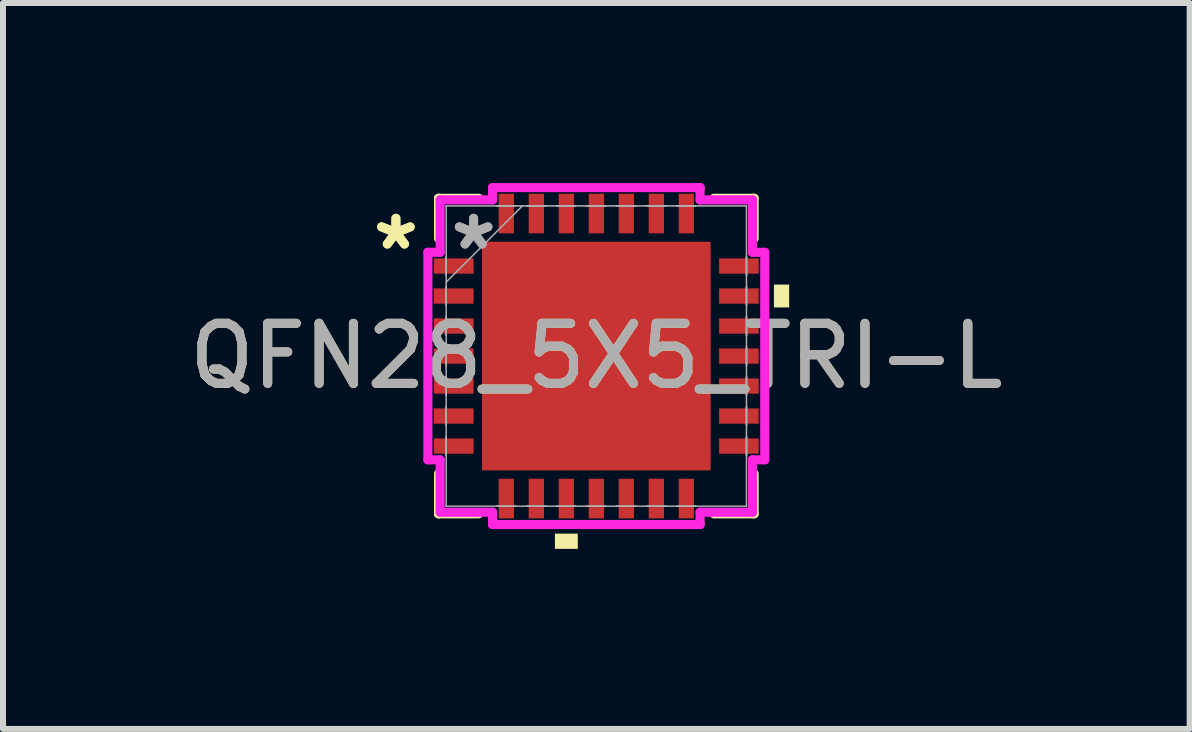
<source format=kicad_pcb>
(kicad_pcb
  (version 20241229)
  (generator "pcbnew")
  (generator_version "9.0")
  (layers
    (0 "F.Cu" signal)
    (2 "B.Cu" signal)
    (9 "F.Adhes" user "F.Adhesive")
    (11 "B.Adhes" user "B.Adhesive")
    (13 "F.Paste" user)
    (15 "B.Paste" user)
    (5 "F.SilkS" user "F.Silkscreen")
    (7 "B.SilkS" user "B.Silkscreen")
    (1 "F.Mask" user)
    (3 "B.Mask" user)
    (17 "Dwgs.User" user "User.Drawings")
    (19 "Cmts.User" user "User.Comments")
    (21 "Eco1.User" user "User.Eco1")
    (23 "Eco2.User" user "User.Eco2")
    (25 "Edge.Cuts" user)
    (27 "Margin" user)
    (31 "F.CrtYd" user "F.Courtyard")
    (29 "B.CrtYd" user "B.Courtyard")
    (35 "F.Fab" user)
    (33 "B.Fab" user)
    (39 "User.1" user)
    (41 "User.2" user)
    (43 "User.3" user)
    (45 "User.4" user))
  (footprint "QFN28_5X5_TRI-L"
    (layer "F.Cu")
    (at 6.887 2.883)
    (property "Reference" "QFN28_5X5_TRI-L" (at 0 0 0) (unlocked yes) (layer "F.SilkS") (effects (font (size 1 1) (thickness 0.15))))
    (attr smd)
    (fp_line (start -2.629 -2.629) (end -2.629 -1.96) (stroke (width 0.152) (type solid)) (layer "F.SilkS"))
    (fp_line (start -2.629 1.96) (end -2.629 2.629) (stroke (width 0.152) (type solid)) (layer "F.SilkS"))
    (fp_line (start -2.629 2.629) (end -1.96 2.629) (stroke (width 0.152) (type solid)) (layer "F.SilkS"))
    (fp_line (start -1.96 -2.629) (end -2.629 -2.629) (stroke (width 0.152) (type solid)) (layer "F.SilkS"))
    (fp_line (start 1.96 2.629) (end 2.629 2.629) (stroke (width 0.152) (type solid)) (layer "F.SilkS"))
    (fp_line (start 2.629 -2.629) (end 1.96 -2.629) (stroke (width 0.152) (type solid)) (layer "F.SilkS"))
    (fp_line (start 2.629 -1.96) (end 2.629 -2.629) (stroke (width 0.152) (type solid)) (layer "F.SilkS"))
    (fp_line (start 2.629 2.629) (end 2.629 1.96) (stroke (width 0.152) (type solid)) (layer "F.SilkS"))
    (fp_poly (pts (xy -0.69 2.959) (xy -0.69 3.213) (xy -0.309 3.213) (xy -0.309 2.959)) (stroke (width 0) (type solid)) (fill yes) (layer "F.SilkS"))
    (fp_poly (pts (xy 3.213 -1.191) (xy 3.213 -0.81) (xy 2.959 -0.81) (xy 2.959 -1.191)) (stroke (width 0) (type solid)) (fill yes) (layer "F.SilkS"))
    (fp_poly (pts (xy -1.805 -1.805) (xy -1.805 -0.735) (xy -0.735 -0.735) (xy -0.735 -1.805)) (stroke (width 0) (type solid)) (fill yes) (layer "F.Paste"))
    (fp_poly (pts (xy -1.805 -0.535) (xy -1.805 0.535) (xy -0.735 0.535) (xy -0.735 -0.535)) (stroke (width 0) (type solid)) (fill yes) (layer "F.Paste"))
    (fp_poly (pts (xy -1.805 0.735) (xy -1.805 1.805) (xy -0.735 1.805) (xy -0.735 0.735)) (stroke (width 0) (type solid)) (fill yes) (layer "F.Paste"))
    (fp_poly (pts (xy -0.535 -1.805) (xy -0.535 -0.735) (xy 0.535 -0.735) (xy 0.535 -1.805)) (stroke (width 0) (type solid)) (fill yes) (layer "F.Paste"))
    (fp_poly (pts (xy -0.535 -0.535) (xy -0.535 0.535) (xy 0.535 0.535) (xy 0.535 -0.535)) (stroke (width 0) (type solid)) (fill yes) (layer "F.Paste"))
    (fp_poly (pts (xy -0.535 0.735) (xy -0.535 1.805) (xy 0.535 1.805) (xy 0.535 0.735)) (stroke (width 0) (type solid)) (fill yes) (layer "F.Paste"))
    (fp_poly (pts (xy 0.735 -1.805) (xy 0.735 -0.735) (xy 1.805 -0.735) (xy 1.805 -1.805)) (stroke (width 0) (type solid)) (fill yes) (layer "F.Paste"))
    (fp_poly (pts (xy 0.735 -0.535) (xy 0.735 0.535) (xy 1.805 0.535) (xy 1.805 -0.535)) (stroke (width 0) (type solid)) (fill yes) (layer "F.Paste"))
    (fp_poly (pts (xy 0.735 0.735) (xy 0.735 1.805) (xy 1.805 1.805) (xy 1.805 0.735)) (stroke (width 0) (type solid)) (fill yes) (layer "F.Paste"))
    (fp_line (start -2.807 -1.729) (end -2.603 -1.729) (stroke (width 0.152) (type solid)) (layer "F.CrtYd"))
    (fp_line (start -2.807 1.729) (end -2.807 -1.729) (stroke (width 0.152) (type solid)) (layer "F.CrtYd"))
    (fp_line (start -2.603 -2.603) (end -1.729 -2.603) (stroke (width 0.152) (type solid)) (layer "F.CrtYd"))
    (fp_line (start -2.603 -1.729) (end -2.603 -2.603) (stroke (width 0.152) (type solid)) (layer "F.CrtYd"))
    (fp_line (start -2.603 1.729) (end -2.807 1.729) (stroke (width 0.152) (type solid)) (layer "F.CrtYd"))
    (fp_line (start -2.603 2.603) (end -2.603 1.729) (stroke (width 0.152) (type solid)) (layer "F.CrtYd"))
    (fp_line (start -1.729 -2.807) (end 1.729 -2.807) (stroke (width 0.152) (type solid)) (layer "F.CrtYd"))
    (fp_line (start -1.729 -2.603) (end -1.729 -2.807) (stroke (width 0.152) (type solid)) (layer "F.CrtYd"))
    (fp_line (start -1.729 2.603) (end -2.603 2.603) (stroke (width 0.152) (type solid)) (layer "F.CrtYd"))
    (fp_line (start -1.729 2.807) (end -1.729 2.603) (stroke (width 0.152) (type solid)) (layer "F.CrtYd"))
    (fp_line (start 1.729 -2.807) (end 1.729 -2.603) (stroke (width 0.152) (type solid)) (layer "F.CrtYd"))
    (fp_line (start 1.729 -2.603) (end 2.603 -2.603) (stroke (width 0.152) (type solid)) (layer "F.CrtYd"))
    (fp_line (start 1.729 2.603) (end 1.729 2.807) (stroke (width 0.152) (type solid)) (layer "F.CrtYd"))
    (fp_line (start 1.729 2.807) (end -1.729 2.807) (stroke (width 0.152) (type solid)) (layer "F.CrtYd"))
    (fp_line (start 2.603 -2.603) (end 2.603 -1.729) (stroke (width 0.152) (type solid)) (layer "F.CrtYd"))
    (fp_line (start 2.603 -1.729) (end 2.807 -1.729) (stroke (width 0.152) (type solid)) (layer "F.CrtYd"))
    (fp_line (start 2.603 1.729) (end 2.603 2.603) (stroke (width 0.152) (type solid)) (layer "F.CrtYd"))
    (fp_line (start 2.603 2.603) (end 1.729 2.603) (stroke (width 0.152) (type solid)) (layer "F.CrtYd"))
    (fp_line (start 2.807 -1.729) (end 2.807 1.729) (stroke (width 0.152) (type solid)) (layer "F.CrtYd"))
    (fp_line (start 2.807 1.729) (end 2.603 1.729) (stroke (width 0.152) (type solid)) (layer "F.CrtYd"))
    (fp_line (start -2.502 -2.502) (end -2.502 -2.502) (stroke (width 0.025) (type solid)) (layer "F.Fab"))
    (fp_line (start -2.502 -2.502) (end -2.502 2.502) (stroke (width 0.025) (type solid)) (layer "F.Fab"))
    (fp_line (start -2.502 -1.652) (end -2.502 -1.652) (stroke (width 0.025) (type solid)) (layer "F.Fab"))
    (fp_line (start -2.502 -1.652) (end -2.502 -1.348) (stroke (width 0.025) (type solid)) (layer "F.Fab"))
    (fp_line (start -2.502 -1.348) (end -2.502 -1.652) (stroke (width 0.025) (type solid)) (layer "F.Fab"))
    (fp_line (start -2.502 -1.348) (end -2.502 -1.348) (stroke (width 0.025) (type solid)) (layer "F.Fab"))
    (fp_line (start -2.502 -1.232) (end -1.232 -2.502) (stroke (width 0.025) (type solid)) (layer "F.Fab"))
    (fp_line (start -2.502 -1.152) (end -2.502 -1.152) (stroke (width 0.025) (type solid)) (layer "F.Fab"))
    (fp_line (start -2.502 -1.152) (end -2.502 -0.848) (stroke (width 0.025) (type solid)) (layer "F.Fab"))
    (fp_line (start -2.502 -0.848) (end -2.502 -1.152) (stroke (width 0.025) (type solid)) (layer "F.Fab"))
    (fp_line (start -2.502 -0.848) (end -2.502 -0.848) (stroke (width 0.025) (type solid)) (layer "F.Fab"))
    (fp_line (start -2.502 -0.652) (end -2.502 -0.652) (stroke (width 0.025) (type solid)) (layer "F.Fab"))
    (fp_line (start -2.502 -0.652) (end -2.502 -0.348) (stroke (width 0.025) (type solid)) (layer "F.Fab"))
    (fp_line (start -2.502 -0.348) (end -2.502 -0.652) (stroke (width 0.025) (type solid)) (layer "F.Fab"))
    (fp_line (start -2.502 -0.348) (end -2.502 -0.348) (stroke (width 0.025) (type solid)) (layer "F.Fab"))
    (fp_line (start -2.502 -0.152) (end -2.502 -0.152) (stroke (width 0.025) (type solid)) (layer "F.Fab"))
    (fp_line (start -2.502 -0.152) (end -2.502 0.152) (stroke (width 0.025) (type solid)) (layer "F.Fab"))
    (fp_line (start -2.502 0.152) (end -2.502 -0.152) (stroke (width 0.025) (type solid)) (layer "F.Fab"))
    (fp_line (start -2.502 0.152) (end -2.502 0.152) (stroke (width 0.025) (type solid)) (layer "F.Fab"))
    (fp_line (start -2.502 0.348) (end -2.502 0.348) (stroke (width 0.025) (type solid)) (layer "F.Fab"))
    (fp_line (start -2.502 0.348) (end -2.502 0.652) (stroke (width 0.025) (type solid)) (layer "F.Fab"))
    (fp_line (start -2.502 0.652) (end -2.502 0.348) (stroke (width 0.025) (type solid)) (layer "F.Fab"))
    (fp_line (start -2.502 0.652) (end -2.502 0.652) (stroke (width 0.025) (type solid)) (layer "F.Fab"))
    (fp_line (start -2.502 0.848) (end -2.502 0.848) (stroke (width 0.025) (type solid)) (layer "F.Fab"))
    (fp_line (start -2.502 0.848) (end -2.502 1.152) (stroke (width 0.025) (type solid)) (layer "F.Fab"))
    (fp_line (start -2.502 1.152) (end -2.502 0.848) (stroke (width 0.025) (type solid)) (layer "F.Fab"))
    (fp_line (start -2.502 1.152) (end -2.502 1.152) (stroke (width 0.025) (type solid)) (layer "F.Fab"))
    (fp_line (start -2.502 1.348) (end -2.502 1.348) (stroke (width 0.025) (type solid)) (layer "F.Fab"))
    (fp_line (start -2.502 1.348) (end -2.502 1.652) (stroke (width 0.025) (type solid)) (layer "F.Fab"))
    (fp_line (start -2.502 1.652) (end -2.502 1.348) (stroke (width 0.025) (type solid)) (layer "F.Fab"))
    (fp_line (start -2.502 1.652) (end -2.502 1.652) (stroke (width 0.025) (type solid)) (layer "F.Fab"))
    (fp_line (start -2.502 2.502) (end -2.502 2.502) (stroke (width 0.025) (type solid)) (layer "F.Fab"))
    (fp_line (start -2.502 2.502) (end 2.502 2.502) (stroke (width 0.025) (type solid)) (layer "F.Fab"))
    (fp_line (start -1.652 -2.502) (end -1.652 -2.502) (stroke (width 0.025) (type solid)) (layer "F.Fab"))
    (fp_line (start -1.652 -2.502) (end -1.348 -2.502) (stroke (width 0.025) (type solid)) (layer "F.Fab"))
    (fp_line (start -1.652 2.502) (end -1.652 2.502) (stroke (width 0.025) (type solid)) (layer "F.Fab"))
    (fp_line (start -1.652 2.502) (end -1.348 2.502) (stroke (width 0.025) (type solid)) (layer "F.Fab"))
    (fp_line (start -1.348 -2.502) (end -1.652 -2.502) (stroke (width 0.025) (type solid)) (layer "F.Fab"))
    (fp_line (start -1.348 -2.502) (end -1.348 -2.502) (stroke (width 0.025) (type solid)) (layer "F.Fab"))
    (fp_line (start -1.348 2.502) (end -1.652 2.502) (stroke (width 0.025) (type solid)) (layer "F.Fab"))
    (fp_line (start -1.348 2.502) (end -1.348 2.502) (stroke (width 0.025) (type solid)) (layer "F.Fab"))
    (fp_line (start -1.152 -2.502) (end -1.152 -2.502) (stroke (width 0.025) (type solid)) (layer "F.Fab"))
    (fp_line (start -1.152 -2.502) (end -0.848 -2.502) (stroke (width 0.025) (type solid)) (layer "F.Fab"))
    (fp_line (start -1.152 2.502) (end -1.152 2.502) (stroke (width 0.025) (type solid)) (layer "F.Fab"))
    (fp_line (start -1.152 2.502) (end -0.848 2.502) (stroke (width 0.025) (type solid)) (layer "F.Fab"))
    (fp_line (start -0.848 -2.502) (end -1.152 -2.502) (stroke (width 0.025) (type solid)) (layer "F.Fab"))
    (fp_line (start -0.848 -2.502) (end -0.848 -2.502) (stroke (width 0.025) (type solid)) (layer "F.Fab"))
    (fp_line (start -0.848 2.502) (end -1.152 2.502) (stroke (width 0.025) (type solid)) (layer "F.Fab"))
    (fp_line (start -0.848 2.502) (end -0.848 2.502) (stroke (width 0.025) (type solid)) (layer "F.Fab"))
    (fp_line (start -0.652 -2.502) (end -0.652 -2.502) (stroke (width 0.025) (type solid)) (layer "F.Fab"))
    (fp_line (start -0.652 -2.502) (end -0.348 -2.502) (stroke (width 0.025) (type solid)) (layer "F.Fab"))
    (fp_line (start -0.652 2.502) (end -0.652 2.502) (stroke (width 0.025) (type solid)) (layer "F.Fab"))
    (fp_line (start -0.652 2.502) (end -0.348 2.502) (stroke (width 0.025) (type solid)) (layer "F.Fab"))
    (fp_line (start -0.348 -2.502) (end -0.652 -2.502) (stroke (width 0.025) (type solid)) (layer "F.Fab"))
    (fp_line (start -0.348 -2.502) (end -0.348 -2.502) (stroke (width 0.025) (type solid)) (layer "F.Fab"))
    (fp_line (start -0.348 2.502) (end -0.652 2.502) (stroke (width 0.025) (type solid)) (layer "F.Fab"))
    (fp_line (start -0.348 2.502) (end -0.348 2.502) (stroke (width 0.025) (type solid)) (layer "F.Fab"))
    (fp_line (start -0.152 -2.502) (end -0.152 -2.502) (stroke (width 0.025) (type solid)) (layer "F.Fab"))
    (fp_line (start -0.152 -2.502) (end 0.152 -2.502) (stroke (width 0.025) (type solid)) (layer "F.Fab"))
    (fp_line (start -0.152 2.502) (end -0.152 2.502) (stroke (width 0.025) (type solid)) (layer "F.Fab"))
    (fp_line (start -0.152 2.502) (end 0.152 2.502) (stroke (width 0.025) (type solid)) (layer "F.Fab"))
    (fp_line (start 0.152 -2.502) (end -0.152 -2.502) (stroke (width 0.025) (type solid)) (layer "F.Fab"))
    (fp_line (start 0.152 -2.502) (end 0.152 -2.502) (stroke (width 0.025) (type solid)) (layer "F.Fab"))
    (fp_line (start 0.152 2.502) (end -0.152 2.502) (stroke (width 0.025) (type solid)) (layer "F.Fab"))
    (fp_line (start 0.152 2.502) (end 0.152 2.502) (stroke (width 0.025) (type solid)) (layer "F.Fab"))
    (fp_line (start 0.348 -2.502) (end 0.348 -2.502) (stroke (width 0.025) (type solid)) (layer "F.Fab"))
    (fp_line (start 0.348 -2.502) (end 0.652 -2.502) (stroke (width 0.025) (type solid)) (layer "F.Fab"))
    (fp_line (start 0.348 2.502) (end 0.348 2.502) (stroke (width 0.025) (type solid)) (layer "F.Fab"))
    (fp_line (start 0.348 2.502) (end 0.652 2.502) (stroke (width 0.025) (type solid)) (layer "F.Fab"))
    (fp_line (start 0.652 -2.502) (end 0.348 -2.502) (stroke (width 0.025) (type solid)) (layer "F.Fab"))
    (fp_line (start 0.652 -2.502) (end 0.652 -2.502) (stroke (width 0.025) (type solid)) (layer "F.Fab"))
    (fp_line (start 0.652 2.502) (end 0.348 2.502) (stroke (width 0.025) (type solid)) (layer "F.Fab"))
    (fp_line (start 0.652 2.502) (end 0.652 2.502) (stroke (width 0.025) (type solid)) (layer "F.Fab"))
    (fp_line (start 0.848 -2.502) (end 0.848 -2.502) (stroke (width 0.025) (type solid)) (layer "F.Fab"))
    (fp_line (start 0.848 -2.502) (end 1.152 -2.502) (stroke (width 0.025) (type solid)) (layer "F.Fab"))
    (fp_line (start 0.848 2.502) (end 0.848 2.502) (stroke (width 0.025) (type solid)) (layer "F.Fab"))
    (fp_line (start 0.848 2.502) (end 1.152 2.502) (stroke (width 0.025) (type solid)) (layer "F.Fab"))
    (fp_line (start 1.152 -2.502) (end 0.848 -2.502) (stroke (width 0.025) (type solid)) (layer "F.Fab"))
    (fp_line (start 1.152 -2.502) (end 1.152 -2.502) (stroke (width 0.025) (type solid)) (layer "F.Fab"))
    (fp_line (start 1.152 2.502) (end 0.848 2.502) (stroke (width 0.025) (type solid)) (layer "F.Fab"))
    (fp_line (start 1.152 2.502) (end 1.152 2.502) (stroke (width 0.025) (type solid)) (layer "F.Fab"))
    (fp_line (start 1.348 -2.502) (end 1.348 -2.502) (stroke (width 0.025) (type solid)) (layer "F.Fab"))
    (fp_line (start 1.348 -2.502) (end 1.652 -2.502) (stroke (width 0.025) (type solid)) (layer "F.Fab"))
    (fp_line (start 1.348 2.502) (end 1.348 2.502) (stroke (width 0.025) (type solid)) (layer "F.Fab"))
    (fp_line (start 1.348 2.502) (end 1.652 2.502) (stroke (width 0.025) (type solid)) (layer "F.Fab"))
    (fp_line (start 1.652 -2.502) (end 1.348 -2.502) (stroke (width 0.025) (type solid)) (layer "F.Fab"))
    (fp_line (start 1.652 -2.502) (end 1.652 -2.502) (stroke (width 0.025) (type solid)) (layer "F.Fab"))
    (fp_line (start 1.652 2.502) (end 1.348 2.502) (stroke (width 0.025) (type solid)) (layer "F.Fab"))
    (fp_line (start 1.652 2.502) (end 1.652 2.502) (stroke (width 0.025) (type solid)) (layer "F.Fab"))
    (fp_line (start 2.502 -2.502) (end -2.502 -2.502) (stroke (width 0.025) (type solid)) (layer "F.Fab"))
    (fp_line (start 2.502 -2.502) (end 2.502 -2.502) (stroke (width 0.025) (type solid)) (layer "F.Fab"))
    (fp_line (start 2.502 -1.652) (end 2.502 -1.652) (stroke (width 0.025) (type solid)) (layer "F.Fab"))
    (fp_line (start 2.502 -1.652) (end 2.502 -1.348) (stroke (width 0.025) (type solid)) (layer "F.Fab"))
    (fp_line (start 2.502 -1.348) (end 2.502 -1.652) (stroke (width 0.025) (type solid)) (layer "F.Fab"))
    (fp_line (start 2.502 -1.348) (end 2.502 -1.348) (stroke (width 0.025) (type solid)) (layer "F.Fab"))
    (fp_line (start 2.502 -1.152) (end 2.502 -1.152) (stroke (width 0.025) (type solid)) (layer "F.Fab"))
    (fp_line (start 2.502 -1.152) (end 2.502 -0.848) (stroke (width 0.025) (type solid)) (layer "F.Fab"))
    (fp_line (start 2.502 -0.848) (end 2.502 -1.152) (stroke (width 0.025) (type solid)) (layer "F.Fab"))
    (fp_line (start 2.502 -0.848) (end 2.502 -0.848) (stroke (width 0.025) (type solid)) (layer "F.Fab"))
    (fp_line (start 2.502 -0.652) (end 2.502 -0.652) (stroke (width 0.025) (type solid)) (layer "F.Fab"))
    (fp_line (start 2.502 -0.652) (end 2.502 -0.348) (stroke (width 0.025) (type solid)) (layer "F.Fab"))
    (fp_line (start 2.502 -0.348) (end 2.502 -0.652) (stroke (width 0.025) (type solid)) (layer "F.Fab"))
    (fp_line (start 2.502 -0.348) (end 2.502 -0.348) (stroke (width 0.025) (type solid)) (layer "F.Fab"))
    (fp_line (start 2.502 -0.152) (end 2.502 -0.152) (stroke (width 0.025) (type solid)) (layer "F.Fab"))
    (fp_line (start 2.502 -0.152) (end 2.502 0.152) (stroke (width 0.025) (type solid)) (layer "F.Fab"))
    (fp_line (start 2.502 0.152) (end 2.502 -0.152) (stroke (width 0.025) (type solid)) (layer "F.Fab"))
    (fp_line (start 2.502 0.152) (end 2.502 0.152) (stroke (width 0.025) (type solid)) (layer "F.Fab"))
    (fp_line (start 2.502 0.348) (end 2.502 0.348) (stroke (width 0.025) (type solid)) (layer "F.Fab"))
    (fp_line (start 2.502 0.348) (end 2.502 0.652) (stroke (width 0.025) (type solid)) (layer "F.Fab"))
    (fp_line (start 2.502 0.652) (end 2.502 0.348) (stroke (width 0.025) (type solid)) (layer "F.Fab"))
    (fp_line (start 2.502 0.652) (end 2.502 0.652) (stroke (width 0.025) (type solid)) (layer "F.Fab"))
    (fp_line (start 2.502 0.848) (end 2.502 0.848) (stroke (width 0.025) (type solid)) (layer "F.Fab"))
    (fp_line (start 2.502 0.848) (end 2.502 1.152) (stroke (width 0.025) (type solid)) (layer "F.Fab"))
    (fp_line (start 2.502 1.152) (end 2.502 0.848) (stroke (width 0.025) (type solid)) (layer "F.Fab"))
    (fp_line (start 2.502 1.152) (end 2.502 1.152) (stroke (width 0.025) (type solid)) (layer "F.Fab"))
    (fp_line (start 2.502 1.348) (end 2.502 1.348) (stroke (width 0.025) (type solid)) (layer "F.Fab"))
    (fp_line (start 2.502 1.348) (end 2.502 1.652) (stroke (width 0.025) (type solid)) (layer "F.Fab"))
    (fp_line (start 2.502 1.652) (end 2.502 1.348) (stroke (width 0.025) (type solid)) (layer "F.Fab"))
    (fp_line (start 2.502 1.652) (end 2.502 1.652) (stroke (width 0.025) (type solid)) (layer "F.Fab"))
    (fp_line (start 2.502 2.502) (end 2.502 -2.502) (stroke (width 0.025) (type solid)) (layer "F.Fab"))
    (fp_line (start 2.502 2.502) (end 2.502 2.502) (stroke (width 0.025) (type solid)) (layer "F.Fab"))
    (fp_text user "*" (at -3.34 -1.75 0) (unlocked yes) (layer "F.SilkS") (effects (font (size 1 1) (thickness 0.15))))
    (fp_text user "*" (at -3.34 -1.75 0) (layer "F.SilkS") (effects (font (size 1 1) (thickness 0.15))))
    (fp_text user "*" (at -2.045 -1.75 0) (layer "F.Fab") (effects (font (size 1 1) (thickness 0.15))))
    (fp_text user "*" (at -2.045 -1.75 0) (unlocked yes) (layer "F.Fab") (effects (font (size 1 1) (thickness 0.15))))
    (fp_text user "${REFERENCE}" (at 0 0 0) (unlocked yes) (layer "F.Fab") (effects (font (size 1 1) (thickness 0.15))))
    (pad "1" smd rect (at -2.375 -1.5 90) (size 0.254 0.66) (layers "F.Cu" "F.Mask" "F.Paste"))
    (pad "2" smd rect (at -2.375 -1 90) (size 0.254 0.66) (layers "F.Cu" "F.Mask" "F.Paste"))
    (pad "3" smd rect (at -2.375 -0.5 90) (size 0.254 0.66) (layers "F.Cu" "F.Mask" "F.Paste"))
    (pad "4" smd rect (at -2.375 0 90) (size 0.254 0.66) (layers "F.Cu" "F.Mask" "F.Paste"))
    (pad "5" smd rect (at -2.375 0.5 90) (size 0.254 0.66) (layers "F.Cu" "F.Mask" "F.Paste"))
    (pad "6" smd rect (at -2.375 1 90) (size 0.254 0.66) (layers "F.Cu" "F.Mask" "F.Paste"))
    (pad "7" smd rect (at -2.375 1.5 90) (size 0.254 0.66) (layers "F.Cu" "F.Mask" "F.Paste"))
    (pad "8" smd rect (at -1.5 2.375) (size 0.254 0.66) (layers "F.Cu" "F.Mask" "F.Paste"))
    (pad "9" smd rect (at -1 2.375) (size 0.254 0.66) (layers "F.Cu" "F.Mask" "F.Paste"))
    (pad "10" smd rect (at -0.5 2.375) (size 0.254 0.66) (layers "F.Cu" "F.Mask" "F.Paste"))
    (pad "11" smd rect (at 0 2.375) (size 0.254 0.66) (layers "F.Cu" "F.Mask" "F.Paste"))
    (pad "12" smd rect (at 0.5 2.375) (size 0.254 0.66) (layers "F.Cu" "F.Mask" "F.Paste"))
    (pad "13" smd rect (at 1 2.375) (size 0.254 0.66) (layers "F.Cu" "F.Mask" "F.Paste"))
    (pad "14" smd rect (at 1.5 2.375) (size 0.254 0.66) (layers "F.Cu" "F.Mask" "F.Paste"))
    (pad "15" smd rect (at 2.375 1.5 90) (size 0.254 0.66) (layers "F.Cu" "F.Mask" "F.Paste"))
    (pad "16" smd rect (at 2.375 1 90) (size 0.254 0.66) (layers "F.Cu" "F.Mask" "F.Paste"))
    (pad "17" smd rect (at 2.375 0.5 90) (size 0.254 0.66) (layers "F.Cu" "F.Mask" "F.Paste"))
    (pad "18" smd rect (at 2.375 0 90) (size 0.254 0.66) (layers "F.Cu" "F.Mask" "F.Paste"))
    (pad "19" smd rect (at 2.375 -0.5 90) (size 0.254 0.66) (layers "F.Cu" "F.Mask" "F.Paste"))
    (pad "20" smd rect (at 2.375 -1 90) (size 0.254 0.66) (layers "F.Cu" "F.Mask" "F.Paste"))
    (pad "21" smd rect (at 2.375 -1.5 90) (size 0.254 0.66) (layers "F.Cu" "F.Mask" "F.Paste"))
    (pad "22" smd rect (at 1.5 -2.375) (size 0.254 0.66) (layers "F.Cu" "F.Mask" "F.Paste"))
    (pad "23" smd rect (at 1 -2.375) (size 0.254 0.66) (layers "F.Cu" "F.Mask" "F.Paste"))
    (pad "24" smd rect (at 0.5 -2.375) (size 0.254 0.66) (layers "F.Cu" "F.Mask" "F.Paste"))
    (pad "25" smd rect (at 0 -2.375) (size 0.254 0.66) (layers "F.Cu" "F.Mask" "F.Paste"))
    (pad "26" smd rect (at -0.5 -2.375) (size 0.254 0.66) (layers "F.Cu" "F.Mask" "F.Paste"))
    (pad "27" smd rect (at -1 -2.375) (size 0.254 0.66) (layers "F.Cu" "F.Mask" "F.Paste"))
    (pad "28" smd rect (at -1.5 -2.375) (size 0.254 0.66) (layers "F.Cu" "F.Mask" "F.Paste"))
    (pad "29" smd rect (at 0 0) (size 3.81 3.81) (layers "F.Cu" "F.Mask" "F.Paste")))
  (gr_rect
    (start -3 -3)
    (end 16.774 9.096)
    (stroke (width 0.1) (type default))
    (fill no)
    (layer "Edge.Cuts")))
</source>
